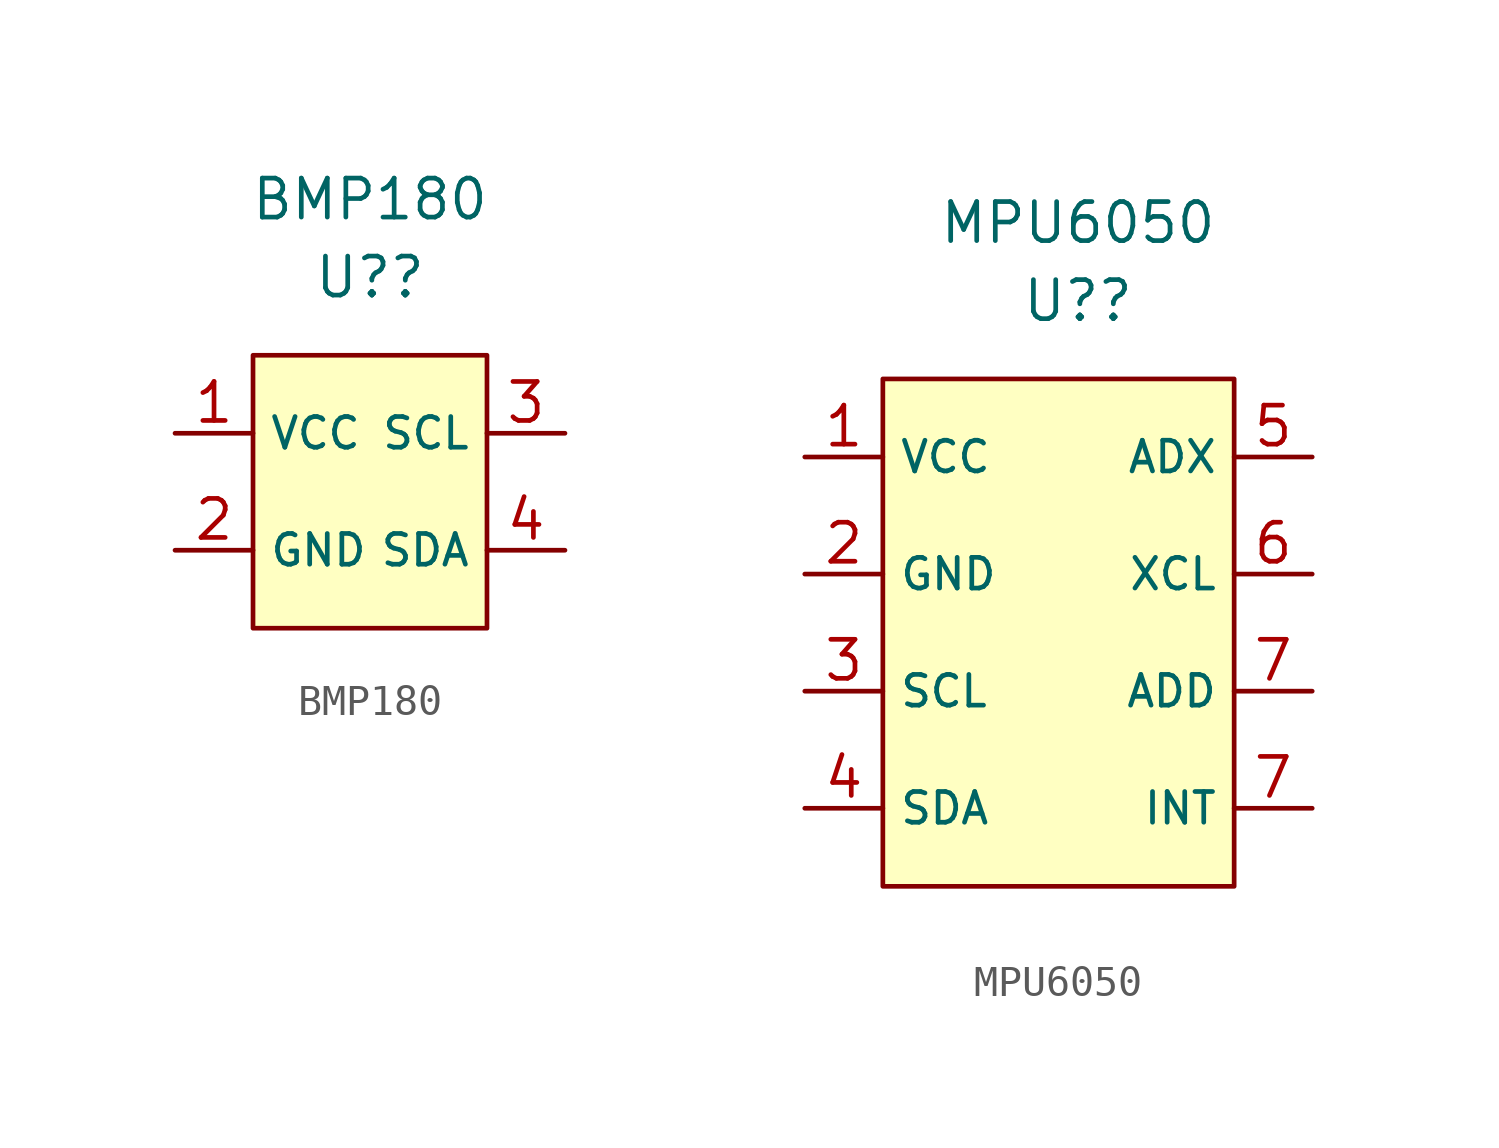
<source format=kicad_sym>
(kicad_symbol_lib
  (version 20211014)
  (generator kicad_symbol_editor)
  (symbol "BMP180"
    (property "Reference" "U?"
      (at 0 6.35 0)
      (effects (font (size 1.27 1.27))))
    (property "Value" "BMP180"
      (at 0 8.89 0)
      (effects (font (size 1.27 1.27))))
    (symbol "BMP180_0_1"
      (rectangle (start -3.81 3.81) (end 3.81 -5.08) (stroke (width 0) (type default) (color 0 0 0 0)) (fill (type background))))
    (symbol "BMP180_1_1"
      (pin bidirectional line (at -6.35 1.27 0) (length 2.54) (name "VCC" (effects (font (size 1 1)))) (number "1" (effects (font (size 1.27 1.27)))))
      (pin bidirectional line (at -6.35 -2.54 0) (length 2.54) (name "GND" (effects (font (size 1 1)))) (number "2" (effects (font (size 1.27 1.27)))))
      (pin bidirectional line (at 6.35 1.27 180) (length 2.54) (name "SCL" (effects (font (size 1 1)))) (number "3" (effects (font (size 1.27 1.27)))))
      (pin bidirectional line (at 6.35 -2.54 180) (length 2.54) (name "SDA" (effects (font (size 1 1)))) (number "4" (effects (font (size 1.27 1.27)))))))
  (symbol "MPU6050"
    (property "Reference" "U?"
      (at 0 11.43 0)
      (effects (font (size 1.27 1.27))))
    (property "Value" "MPU6050"
      (at 0 13.97 0)
      (effects (font (size 1.27 1.27))))
    (symbol "MPU6050_0_1"
      (rectangle (start -6.35 8.89) (end 5.08 -7.62) (stroke (width 0) (type default) (color 0 0 0 0)) (fill (type background))))
    (symbol "MPU6050_1_1"
      (pin bidirectional line (at -8.89 6.35 0) (length 2.54) (name "VCC" (effects (font (size 1 1)))) (number "1" (effects (font (size 1.27 1.27)))))
      (pin bidirectional line (at -8.89 2.54 0) (length 2.54) (name "GND" (effects (font (size 1 1)))) (number "2" (effects (font (size 1.27 1.27)))))
      (pin bidirectional line (at -8.89 -1.27 0) (length 2.54) (name "SCL" (effects (font (size 1 1)))) (number "3" (effects (font (size 1.27 1.27)))))
      (pin bidirectional line (at -8.89 -5.08 0) (length 2.54) (name "SDA" (effects (font (size 1 1)))) (number "4" (effects (font (size 1.27 1.27)))))
      (pin bidirectional line (at 7.62 6.35 180) (length 2.54) (name "ADX" (effects (font (size 1 1)))) (number "5" (effects (font (size 1.27 1.27)))))
      (pin bidirectional line (at 7.62 2.54 180) (length 2.54) (name "XCL" (effects (font (size 1 1)))) (number "6" (effects (font (size 1.27 1.27)))))
      (pin bidirectional line (at 7.62 -1.27 180) (length 2.54) (name "ADD" (effects (font (size 1 1)))) (number "7" (effects (font (size 1.27 1.27)))))
      (pin bidirectional line (at 7.62 -5.08 180) (length 2.54) (name "INT" (effects (font (size 1 1)))) (number "7" (effects (font (size 1.27 1.27))))))))
</source>
